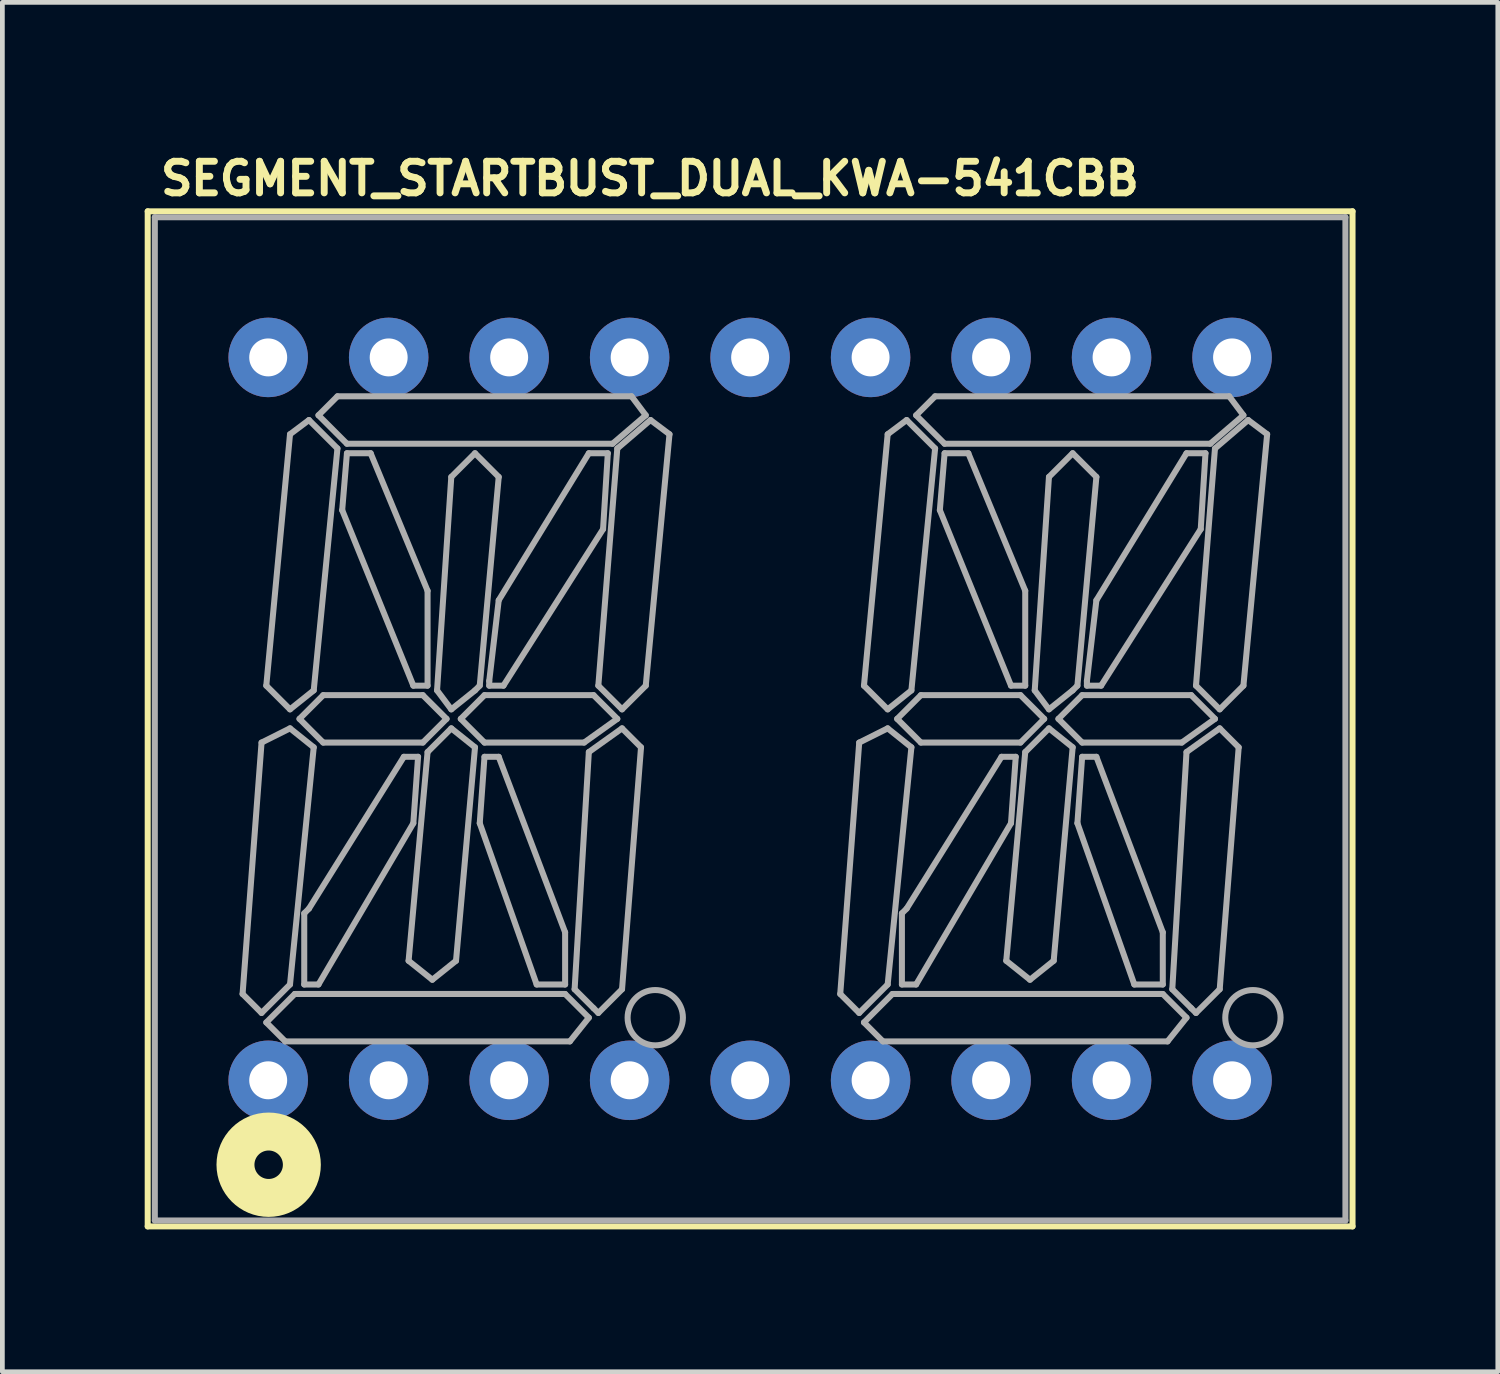
<source format=kicad_pcb>
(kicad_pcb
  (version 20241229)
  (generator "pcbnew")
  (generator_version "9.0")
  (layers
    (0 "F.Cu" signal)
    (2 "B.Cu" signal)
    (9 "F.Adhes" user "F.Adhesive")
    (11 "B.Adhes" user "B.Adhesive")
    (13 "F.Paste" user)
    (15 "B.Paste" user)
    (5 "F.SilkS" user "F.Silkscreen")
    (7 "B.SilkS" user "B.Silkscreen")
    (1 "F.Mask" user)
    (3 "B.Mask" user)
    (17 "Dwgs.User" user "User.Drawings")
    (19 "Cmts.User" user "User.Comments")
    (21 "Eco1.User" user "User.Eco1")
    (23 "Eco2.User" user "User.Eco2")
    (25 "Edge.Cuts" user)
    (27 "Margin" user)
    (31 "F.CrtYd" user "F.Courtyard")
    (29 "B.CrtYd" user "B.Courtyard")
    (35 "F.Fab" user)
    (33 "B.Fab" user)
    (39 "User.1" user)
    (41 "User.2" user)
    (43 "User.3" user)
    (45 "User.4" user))
  (footprint "SEGMENT_STARTBUST_DUAL_KWA-541CBB"
    (layer "F.Cu")
    (at 12.764 12.105)
    (property "Reference" "SEGMENT_STARTBUST_DUAL_KWA-541CBB" (at -12.5 -11 0) (layer "F.SilkS") (effects (font (size 0.666 0.666) (thickness 0.146)) (justify left bottom)))
    (fp_line (start -12.7 -10.7) (end 12.7 -10.7) (stroke (width 0.127) (type solid)) (layer "F.SilkS"))
    (fp_line (start -12.7 10.7) (end -12.7 -10.7) (stroke (width 0.127) (type solid)) (layer "F.SilkS"))
    (fp_line (start 12.7 -10.7) (end 12.7 10.7) (stroke (width 0.127) (type solid)) (layer "F.SilkS"))
    (fp_line (start 12.7 10.7) (end -12.7 10.7) (stroke (width 0.127) (type solid)) (layer "F.SilkS"))
    (fp_circle (center -10.15 9.4) (end -9.85 9.4) (stroke (width 0.8) (type solid)) (fill no) (layer "F.SilkS"))
    (fp_line (start -12.55 -10.575) (end 12.55 -10.575) (stroke (width 0.127) (type solid)) (layer "F.Fab"))
    (fp_line (start -12.55 10.575) (end -12.55 -10.575) (stroke (width 0.127) (type solid)) (layer "F.Fab"))
    (fp_line (start -10.7 5.8) (end -10.3 0.5) (stroke (width 0.127) (type solid)) (layer "F.Fab"))
    (fp_line (start -10.3 0.5) (end -9.7 0.2) (stroke (width 0.127) (type solid)) (layer "F.Fab"))
    (fp_line (start -10.3 6.2) (end -10.7 5.8) (stroke (width 0.127) (type solid)) (layer "F.Fab"))
    (fp_line (start -10.2 -0.7) (end -9.7 -0.2) (stroke (width 0.127) (type solid)) (layer "F.Fab"))
    (fp_line (start -10.2 6.4) (end -9.6 5.8) (stroke (width 0.127) (type solid)) (layer "F.Fab"))
    (fp_line (start -9.8 6.8) (end -10.2 6.4) (stroke (width 0.127) (type solid)) (layer "F.Fab"))
    (fp_line (start -9.7 -6) (end -10.2 -0.7) (stroke (width 0.127) (type solid)) (layer "F.Fab"))
    (fp_line (start -9.7 -0.2) (end -9.2 -0.6) (stroke (width 0.127) (type solid)) (layer "F.Fab"))
    (fp_line (start -9.7 0.2) (end -9.2 0.6) (stroke (width 0.127) (type solid)) (layer "F.Fab"))
    (fp_line (start -9.7 5.6) (end -10.3 6.2) (stroke (width 0.127) (type solid)) (layer "F.Fab"))
    (fp_line (start -9.6 5.8) (end -3.9 5.8) (stroke (width 0.127) (type solid)) (layer "F.Fab"))
    (fp_line (start -9.5 0) (end -9 -0.5) (stroke (width 0.127) (type solid)) (layer "F.Fab"))
    (fp_line (start -9.4 4.1) (end -9.4 5.6) (stroke (width 0.127) (type solid)) (layer "F.Fab"))
    (fp_line (start -9.4 5.6) (end -9.1 5.6) (stroke (width 0.127) (type solid)) (layer "F.Fab"))
    (fp_line (start -9.3 -6.3) (end -9.7 -6) (stroke (width 0.127) (type solid)) (layer "F.Fab"))
    (fp_line (start -9.3 4) (end -9.4 4.1) (stroke (width 0.127) (type solid)) (layer "F.Fab"))
    (fp_line (start -9.2 -0.6) (end -8.7 -5.7) (stroke (width 0.127) (type solid)) (layer "F.Fab"))
    (fp_line (start -9.2 0.6) (end -9.7 5.6) (stroke (width 0.127) (type solid)) (layer "F.Fab"))
    (fp_line (start -9.1 -6.4) (end -8.7 -6.8) (stroke (width 0.127) (type solid)) (layer "F.Fab"))
    (fp_line (start -9.1 5.6) (end -7.1 2.2) (stroke (width 0.127) (type solid)) (layer "F.Fab"))
    (fp_line (start -9 -0.5) (end -6.9 -0.5) (stroke (width 0.127) (type solid)) (layer "F.Fab"))
    (fp_line (start -9 0.5) (end -9.5 0) (stroke (width 0.127) (type solid)) (layer "F.Fab"))
    (fp_line (start -8.7 -6.8) (end -2.5 -6.8) (stroke (width 0.127) (type solid)) (layer "F.Fab"))
    (fp_line (start -8.7 -5.7) (end -9.3 -6.3) (stroke (width 0.127) (type solid)) (layer "F.Fab"))
    (fp_line (start -8.6 -4.4) (end -7.1 -0.7) (stroke (width 0.127) (type solid)) (layer "F.Fab"))
    (fp_line (start -8.5 -5.8) (end -9.1 -6.4) (stroke (width 0.127) (type solid)) (layer "F.Fab"))
    (fp_line (start -8.5 -5.6) (end -8.6 -4.4) (stroke (width 0.127) (type solid)) (layer "F.Fab"))
    (fp_line (start -8 -5.6) (end -8.5 -5.6) (stroke (width 0.127) (type solid)) (layer "F.Fab"))
    (fp_line (start -7.3 0.8) (end -9.3 4) (stroke (width 0.127) (type solid)) (layer "F.Fab"))
    (fp_line (start -7.2 5.1) (end -6.7 5.5) (stroke (width 0.127) (type solid)) (layer "F.Fab"))
    (fp_line (start -7.1 -0.7) (end -6.8 -0.7) (stroke (width 0.127) (type solid)) (layer "F.Fab"))
    (fp_line (start -7.1 2.2) (end -7 0.8) (stroke (width 0.127) (type solid)) (layer "F.Fab"))
    (fp_line (start -7 0.8) (end -7.3 0.8) (stroke (width 0.127) (type solid)) (layer "F.Fab"))
    (fp_line (start -6.9 -0.5) (end -6.4 0) (stroke (width 0.127) (type solid)) (layer "F.Fab"))
    (fp_line (start -6.9 0.5) (end -9 0.5) (stroke (width 0.127) (type solid)) (layer "F.Fab"))
    (fp_line (start -6.8 -2.7) (end -8 -5.6) (stroke (width 0.127) (type solid)) (layer "F.Fab"))
    (fp_line (start -6.8 -0.7) (end -6.8 -2.7) (stroke (width 0.127) (type solid)) (layer "F.Fab"))
    (fp_line (start -6.8 0.7) (end -7.2 5.1) (stroke (width 0.127) (type solid)) (layer "F.Fab"))
    (fp_line (start -6.7 5.5) (end -6.2 5.1) (stroke (width 0.127) (type solid)) (layer "F.Fab"))
    (fp_line (start -6.6 -0.6) (end -6.3 -0.2) (stroke (width 0.127) (type solid)) (layer "F.Fab"))
    (fp_line (start -6.4 0) (end -6.9 0.5) (stroke (width 0.127) (type solid)) (layer "F.Fab"))
    (fp_line (start -6.3 -5.1) (end -6.6 -0.6) (stroke (width 0.127) (type solid)) (layer "F.Fab"))
    (fp_line (start -6.3 -0.2) (end -5.8 -0.6) (stroke (width 0.127) (type solid)) (layer "F.Fab"))
    (fp_line (start -6.3 0.2) (end -6.8 0.7) (stroke (width 0.127) (type solid)) (layer "F.Fab"))
    (fp_line (start -6.2 5.1) (end -5.8 0.6) (stroke (width 0.127) (type solid)) (layer "F.Fab"))
    (fp_line (start -6.1 0) (end -5.6 -0.5) (stroke (width 0.127) (type solid)) (layer "F.Fab"))
    (fp_line (start -5.8 -5.6) (end -6.3 -5.1) (stroke (width 0.127) (type solid)) (layer "F.Fab"))
    (fp_line (start -5.8 -0.6) (end -5.7 -0.7) (stroke (width 0.127) (type solid)) (layer "F.Fab"))
    (fp_line (start -5.8 0.6) (end -6.3 0.2) (stroke (width 0.127) (type solid)) (layer "F.Fab"))
    (fp_line (start -5.7 -0.7) (end -5.3 -5.1) (stroke (width 0.127) (type solid)) (layer "F.Fab"))
    (fp_line (start -5.7 2.2) (end -4.5 5.6) (stroke (width 0.127) (type solid)) (layer "F.Fab"))
    (fp_line (start -5.6 -0.5) (end -3.3 -0.5) (stroke (width 0.127) (type solid)) (layer "F.Fab"))
    (fp_line (start -5.6 0.5) (end -6.1 0) (stroke (width 0.127) (type solid)) (layer "F.Fab"))
    (fp_line (start -5.6 0.8) (end -5.7 2.2) (stroke (width 0.127) (type solid)) (layer "F.Fab"))
    (fp_line (start -5.5 -0.8) (end -5.3 -2.5) (stroke (width 0.127) (type solid)) (layer "F.Fab"))
    (fp_line (start -5.5 -0.7) (end -5.5 -0.8) (stroke (width 0.127) (type solid)) (layer "F.Fab"))
    (fp_line (start -5.3 -5.1) (end -5.8 -5.6) (stroke (width 0.127) (type solid)) (layer "F.Fab"))
    (fp_line (start -5.3 -2.5) (end -3.4 -5.6) (stroke (width 0.127) (type solid)) (layer "F.Fab"))
    (fp_line (start -5.3 0.8) (end -5.6 0.8) (stroke (width 0.127) (type solid)) (layer "F.Fab"))
    (fp_line (start -5.2 -0.7) (end -5.5 -0.7) (stroke (width 0.127) (type solid)) (layer "F.Fab"))
    (fp_line (start -4.5 5.6) (end -3.9 5.6) (stroke (width 0.127) (type solid)) (layer "F.Fab"))
    (fp_line (start -3.9 4.5) (end -5.3 0.8) (stroke (width 0.127) (type solid)) (layer "F.Fab"))
    (fp_line (start -3.9 5.6) (end -3.9 4.5) (stroke (width 0.127) (type solid)) (layer "F.Fab"))
    (fp_line (start -3.9 5.8) (end -3.4 6.3) (stroke (width 0.127) (type solid)) (layer "F.Fab"))
    (fp_line (start -3.8 6.8) (end -9.8 6.8) (stroke (width 0.127) (type solid)) (layer "F.Fab"))
    (fp_line (start -3.7 5.7) (end -3.3 6.1) (stroke (width 0.127) (type solid)) (layer "F.Fab"))
    (fp_line (start -3.5 0.5) (end -5.6 0.5) (stroke (width 0.127) (type solid)) (layer "F.Fab"))
    (fp_line (start -3.4 -5.6) (end -3 -5.6) (stroke (width 0.127) (type solid)) (layer "F.Fab"))
    (fp_line (start -3.4 0.7) (end -3.7 5.7) (stroke (width 0.127) (type solid)) (layer "F.Fab"))
    (fp_line (start -3.4 6.3) (end -3.8 6.8) (stroke (width 0.127) (type solid)) (layer "F.Fab"))
    (fp_line (start -3.3 -0.5) (end -2.8 0) (stroke (width 0.127) (type solid)) (layer "F.Fab"))
    (fp_line (start -3.3 6.1) (end -3.2 6.2) (stroke (width 0.127) (type solid)) (layer "F.Fab"))
    (fp_line (start -3.2 -0.7) (end -2.8 -5.7) (stroke (width 0.127) (type solid)) (layer "F.Fab"))
    (fp_line (start -3.2 6.2) (end -2.7 5.7) (stroke (width 0.127) (type solid)) (layer "F.Fab"))
    (fp_line (start -3.1 -4) (end -5.2 -0.7) (stroke (width 0.127) (type solid)) (layer "F.Fab"))
    (fp_line (start -3 -5.6) (end -3.1 -4) (stroke (width 0.127) (type solid)) (layer "F.Fab"))
    (fp_line (start -2.9 -5.8) (end -8.5 -5.8) (stroke (width 0.127) (type solid)) (layer "F.Fab"))
    (fp_line (start -2.8 -5.7) (end -2.1 -6.3) (stroke (width 0.127) (type solid)) (layer "F.Fab"))
    (fp_line (start -2.8 0) (end -3.5 0.5) (stroke (width 0.127) (type solid)) (layer "F.Fab"))
    (fp_line (start -2.7 -0.2) (end -3.2 -0.7) (stroke (width 0.127) (type solid)) (layer "F.Fab"))
    (fp_line (start -2.7 0.2) (end -3.4 0.7) (stroke (width 0.127) (type solid)) (layer "F.Fab"))
    (fp_line (start -2.7 5.7) (end -2.3 0.6) (stroke (width 0.127) (type solid)) (layer "F.Fab"))
    (fp_line (start -2.5 -6.8) (end -2.2 -6.4) (stroke (width 0.127) (type solid)) (layer "F.Fab"))
    (fp_line (start -2.3 0.6) (end -2.7 0.2) (stroke (width 0.127) (type solid)) (layer "F.Fab"))
    (fp_line (start -2.2 -6.4) (end -2.9 -5.8) (stroke (width 0.127) (type solid)) (layer "F.Fab"))
    (fp_line (start -2.2 -0.7) (end -2.7 -0.2) (stroke (width 0.127) (type solid)) (layer "F.Fab"))
    (fp_line (start -2.1 -6.3) (end -1.7 -6) (stroke (width 0.127) (type solid)) (layer "F.Fab"))
    (fp_line (start -1.7 -6) (end -2.2 -0.7) (stroke (width 0.127) (type solid)) (layer "F.Fab"))
    (fp_line (start 1.9 5.8) (end 2.3 0.5) (stroke (width 0.127) (type solid)) (layer "F.Fab"))
    (fp_line (start 2.3 0.5) (end 2.9 0.2) (stroke (width 0.127) (type solid)) (layer "F.Fab"))
    (fp_line (start 2.3 6.2) (end 1.9 5.8) (stroke (width 0.127) (type solid)) (layer "F.Fab"))
    (fp_line (start 2.4 -0.7) (end 2.9 -0.2) (stroke (width 0.127) (type solid)) (layer "F.Fab"))
    (fp_line (start 2.4 6.4) (end 3 5.8) (stroke (width 0.127) (type solid)) (layer "F.Fab"))
    (fp_line (start 2.8 6.8) (end 2.4 6.4) (stroke (width 0.127) (type solid)) (layer "F.Fab"))
    (fp_line (start 2.9 -6) (end 2.4 -0.7) (stroke (width 0.127) (type solid)) (layer "F.Fab"))
    (fp_line (start 2.9 -0.2) (end 3.4 -0.6) (stroke (width 0.127) (type solid)) (layer "F.Fab"))
    (fp_line (start 2.9 0.2) (end 3.4 0.6) (stroke (width 0.127) (type solid)) (layer "F.Fab"))
    (fp_line (start 2.9 5.6) (end 2.3 6.2) (stroke (width 0.127) (type solid)) (layer "F.Fab"))
    (fp_line (start 3 5.8) (end 8.7 5.8) (stroke (width 0.127) (type solid)) (layer "F.Fab"))
    (fp_line (start 3.1 0) (end 3.6 -0.5) (stroke (width 0.127) (type solid)) (layer "F.Fab"))
    (fp_line (start 3.2 4.1) (end 3.2 5.6) (stroke (width 0.127) (type solid)) (layer "F.Fab"))
    (fp_line (start 3.2 5.6) (end 3.5 5.6) (stroke (width 0.127) (type solid)) (layer "F.Fab"))
    (fp_line (start 3.3 -6.3) (end 2.9 -6) (stroke (width 0.127) (type solid)) (layer "F.Fab"))
    (fp_line (start 3.3 4) (end 3.2 4.1) (stroke (width 0.127) (type solid)) (layer "F.Fab"))
    (fp_line (start 3.4 -0.6) (end 3.9 -5.7) (stroke (width 0.127) (type solid)) (layer "F.Fab"))
    (fp_line (start 3.4 0.6) (end 2.9 5.6) (stroke (width 0.127) (type solid)) (layer "F.Fab"))
    (fp_line (start 3.5 -6.4) (end 3.9 -6.8) (stroke (width 0.127) (type solid)) (layer "F.Fab"))
    (fp_line (start 3.5 5.6) (end 5.5 2.2) (stroke (width 0.127) (type solid)) (layer "F.Fab"))
    (fp_line (start 3.6 -0.5) (end 5.7 -0.5) (stroke (width 0.127) (type solid)) (layer "F.Fab"))
    (fp_line (start 3.6 0.5) (end 3.1 0) (stroke (width 0.127) (type solid)) (layer "F.Fab"))
    (fp_line (start 3.9 -6.8) (end 10.1 -6.8) (stroke (width 0.127) (type solid)) (layer "F.Fab"))
    (fp_line (start 3.9 -5.7) (end 3.3 -6.3) (stroke (width 0.127) (type solid)) (layer "F.Fab"))
    (fp_line (start 4 -4.4) (end 5.5 -0.7) (stroke (width 0.127) (type solid)) (layer "F.Fab"))
    (fp_line (start 4.1 -5.8) (end 3.5 -6.4) (stroke (width 0.127) (type solid)) (layer "F.Fab"))
    (fp_line (start 4.1 -5.6) (end 4 -4.4) (stroke (width 0.127) (type solid)) (layer "F.Fab"))
    (fp_line (start 4.6 -5.6) (end 4.1 -5.6) (stroke (width 0.127) (type solid)) (layer "F.Fab"))
    (fp_line (start 5.3 0.8) (end 3.3 4) (stroke (width 0.127) (type solid)) (layer "F.Fab"))
    (fp_line (start 5.4 5.1) (end 5.9 5.5) (stroke (width 0.127) (type solid)) (layer "F.Fab"))
    (fp_line (start 5.5 -0.7) (end 5.8 -0.7) (stroke (width 0.127) (type solid)) (layer "F.Fab"))
    (fp_line (start 5.5 2.2) (end 5.6 0.8) (stroke (width 0.127) (type solid)) (layer "F.Fab"))
    (fp_line (start 5.6 0.8) (end 5.3 0.8) (stroke (width 0.127) (type solid)) (layer "F.Fab"))
    (fp_line (start 5.7 -0.5) (end 6.2 0) (stroke (width 0.127) (type solid)) (layer "F.Fab"))
    (fp_line (start 5.7 0.5) (end 3.6 0.5) (stroke (width 0.127) (type solid)) (layer "F.Fab"))
    (fp_line (start 5.8 -2.7) (end 4.6 -5.6) (stroke (width 0.127) (type solid)) (layer "F.Fab"))
    (fp_line (start 5.8 -0.7) (end 5.8 -2.7) (stroke (width 0.127) (type solid)) (layer "F.Fab"))
    (fp_line (start 5.8 0.7) (end 5.4 5.1) (stroke (width 0.127) (type solid)) (layer "F.Fab"))
    (fp_line (start 5.9 5.5) (end 6.4 5.1) (stroke (width 0.127) (type solid)) (layer "F.Fab"))
    (fp_line (start 6 -0.6) (end 6.3 -0.2) (stroke (width 0.127) (type solid)) (layer "F.Fab"))
    (fp_line (start 6.2 0) (end 5.7 0.5) (stroke (width 0.127) (type solid)) (layer "F.Fab"))
    (fp_line (start 6.3 -5.1) (end 6 -0.6) (stroke (width 0.127) (type solid)) (layer "F.Fab"))
    (fp_line (start 6.3 -0.2) (end 6.8 -0.6) (stroke (width 0.127) (type solid)) (layer "F.Fab"))
    (fp_line (start 6.3 0.2) (end 5.8 0.7) (stroke (width 0.127) (type solid)) (layer "F.Fab"))
    (fp_line (start 6.4 5.1) (end 6.8 0.6) (stroke (width 0.127) (type solid)) (layer "F.Fab"))
    (fp_line (start 6.5 0) (end 7 -0.5) (stroke (width 0.127) (type solid)) (layer "F.Fab"))
    (fp_line (start 6.8 -5.6) (end 6.3 -5.1) (stroke (width 0.127) (type solid)) (layer "F.Fab"))
    (fp_line (start 6.8 -0.6) (end 6.9 -0.7) (stroke (width 0.127) (type solid)) (layer "F.Fab"))
    (fp_line (start 6.8 0.6) (end 6.3 0.2) (stroke (width 0.127) (type solid)) (layer "F.Fab"))
    (fp_line (start 6.9 -0.7) (end 7.3 -5.1) (stroke (width 0.127) (type solid)) (layer "F.Fab"))
    (fp_line (start 6.9 2.2) (end 8.1 5.6) (stroke (width 0.127) (type solid)) (layer "F.Fab"))
    (fp_line (start 7 -0.5) (end 9.3 -0.5) (stroke (width 0.127) (type solid)) (layer "F.Fab"))
    (fp_line (start 7 0.5) (end 6.5 0) (stroke (width 0.127) (type solid)) (layer "F.Fab"))
    (fp_line (start 7 0.8) (end 6.9 2.2) (stroke (width 0.127) (type solid)) (layer "F.Fab"))
    (fp_line (start 7.1 -0.8) (end 7.3 -2.5) (stroke (width 0.127) (type solid)) (layer "F.Fab"))
    (fp_line (start 7.1 -0.7) (end 7.1 -0.8) (stroke (width 0.127) (type solid)) (layer "F.Fab"))
    (fp_line (start 7.3 -5.1) (end 6.8 -5.6) (stroke (width 0.127) (type solid)) (layer "F.Fab"))
    (fp_line (start 7.3 -2.5) (end 9.2 -5.6) (stroke (width 0.127) (type solid)) (layer "F.Fab"))
    (fp_line (start 7.3 0.8) (end 7 0.8) (stroke (width 0.127) (type solid)) (layer "F.Fab"))
    (fp_line (start 7.4 -0.7) (end 7.1 -0.7) (stroke (width 0.127) (type solid)) (layer "F.Fab"))
    (fp_line (start 8.1 5.6) (end 8.7 5.6) (stroke (width 0.127) (type solid)) (layer "F.Fab"))
    (fp_line (start 8.7 4.5) (end 7.3 0.8) (stroke (width 0.127) (type solid)) (layer "F.Fab"))
    (fp_line (start 8.7 5.6) (end 8.7 4.5) (stroke (width 0.127) (type solid)) (layer "F.Fab"))
    (fp_line (start 8.7 5.8) (end 9.2 6.3) (stroke (width 0.127) (type solid)) (layer "F.Fab"))
    (fp_line (start 8.8 6.8) (end 2.8 6.8) (stroke (width 0.127) (type solid)) (layer "F.Fab"))
    (fp_line (start 8.9 5.7) (end 9.3 6.1) (stroke (width 0.127) (type solid)) (layer "F.Fab"))
    (fp_line (start 9.1 0.5) (end 7 0.5) (stroke (width 0.127) (type solid)) (layer "F.Fab"))
    (fp_line (start 9.2 -5.6) (end 9.6 -5.6) (stroke (width 0.127) (type solid)) (layer "F.Fab"))
    (fp_line (start 9.2 0.7) (end 8.9 5.7) (stroke (width 0.127) (type solid)) (layer "F.Fab"))
    (fp_line (start 9.2 6.3) (end 8.8 6.8) (stroke (width 0.127) (type solid)) (layer "F.Fab"))
    (fp_line (start 9.3 -0.5) (end 9.8 0) (stroke (width 0.127) (type solid)) (layer "F.Fab"))
    (fp_line (start 9.3 6.1) (end 9.4 6.2) (stroke (width 0.127) (type solid)) (layer "F.Fab"))
    (fp_line (start 9.4 -0.7) (end 9.8 -5.7) (stroke (width 0.127) (type solid)) (layer "F.Fab"))
    (fp_line (start 9.4 6.2) (end 9.9 5.7) (stroke (width 0.127) (type solid)) (layer "F.Fab"))
    (fp_line (start 9.5 -4) (end 7.4 -0.7) (stroke (width 0.127) (type solid)) (layer "F.Fab"))
    (fp_line (start 9.6 -5.6) (end 9.5 -4) (stroke (width 0.127) (type solid)) (layer "F.Fab"))
    (fp_line (start 9.7 -5.8) (end 4.1 -5.8) (stroke (width 0.127) (type solid)) (layer "F.Fab"))
    (fp_line (start 9.8 -5.7) (end 10.5 -6.3) (stroke (width 0.127) (type solid)) (layer "F.Fab"))
    (fp_line (start 9.8 0) (end 9.1 0.5) (stroke (width 0.127) (type solid)) (layer "F.Fab"))
    (fp_line (start 9.9 -0.2) (end 9.4 -0.7) (stroke (width 0.127) (type solid)) (layer "F.Fab"))
    (fp_line (start 9.9 0.2) (end 9.2 0.7) (stroke (width 0.127) (type solid)) (layer "F.Fab"))
    (fp_line (start 9.9 5.7) (end 10.3 0.6) (stroke (width 0.127) (type solid)) (layer "F.Fab"))
    (fp_line (start 10.1 -6.8) (end 10.4 -6.4) (stroke (width 0.127) (type solid)) (layer "F.Fab"))
    (fp_line (start 10.3 0.6) (end 9.9 0.2) (stroke (width 0.127) (type solid)) (layer "F.Fab"))
    (fp_line (start 10.4 -6.4) (end 9.7 -5.8) (stroke (width 0.127) (type solid)) (layer "F.Fab"))
    (fp_line (start 10.4 -0.7) (end 9.9 -0.2) (stroke (width 0.127) (type solid)) (layer "F.Fab"))
    (fp_line (start 10.5 -6.3) (end 10.9 -6) (stroke (width 0.127) (type solid)) (layer "F.Fab"))
    (fp_line (start 10.9 -6) (end 10.4 -0.7) (stroke (width 0.127) (type solid)) (layer "F.Fab"))
    (fp_line (start 12.55 -10.575) (end 12.55 10.575) (stroke (width 0.127) (type solid)) (layer "F.Fab"))
    (fp_line (start 12.55 10.575) (end -12.55 10.575) (stroke (width 0.127) (type solid)) (layer "F.Fab"))
    (fp_circle (center -2 6.3) (end -1.417 6.3) (stroke (width 0.127) (type solid)) (fill no) (layer "F.Fab"))
    (fp_circle (center 10.6 6.3) (end 11.183 6.3) (stroke (width 0.127) (type solid)) (fill no) (layer "F.Fab"))
    (pad "1" thru_hole circle (at -10.16 7.62) (size 1.676 1.676) (drill 0.8) (layers "*.Cu" "*.Mask"))
    (pad "2" thru_hole circle (at -7.62 7.62) (size 1.676 1.676) (drill 0.8) (layers "*.Cu" "*.Mask"))
    (pad "3" thru_hole circle (at -5.08 7.62) (size 1.676 1.676) (drill 0.8) (layers "*.Cu" "*.Mask"))
    (pad "4" thru_hole circle (at -2.54 7.62) (size 1.676 1.676) (drill 0.8) (layers "*.Cu" "*.Mask"))
    (pad "5" thru_hole circle (at 0 7.62) (size 1.676 1.676) (drill 0.8) (layers "*.Cu" "*.Mask"))
    (pad "6" thru_hole circle (at 2.54 7.62) (size 1.676 1.676) (drill 0.8) (layers "*.Cu" "*.Mask"))
    (pad "7" thru_hole circle (at 5.08 7.62) (size 1.676 1.676) (drill 0.8) (layers "*.Cu" "*.Mask"))
    (pad "8" thru_hole circle (at 7.62 7.62) (size 1.676 1.676) (drill 0.8) (layers "*.Cu" "*.Mask"))
    (pad "9" thru_hole circle (at 10.16 7.62) (size 1.676 1.676) (drill 0.8) (layers "*.Cu" "*.Mask"))
    (pad "10" thru_hole circle (at 10.16 -7.62) (size 1.676 1.676) (drill 0.8) (layers "*.Cu" "*.Mask"))
    (pad "11" thru_hole circle (at 7.62 -7.62) (size 1.676 1.676) (drill 0.8) (layers "*.Cu" "*.Mask"))
    (pad "12" thru_hole circle (at 5.08 -7.62) (size 1.676 1.676) (drill 0.8) (layers "*.Cu" "*.Mask"))
    (pad "13" thru_hole circle (at 2.54 -7.62) (size 1.676 1.676) (drill 0.8) (layers "*.Cu" "*.Mask"))
    (pad "14" thru_hole circle (at 0 -7.62) (size 1.676 1.676) (drill 0.8) (layers "*.Cu" "*.Mask"))
    (pad "15" thru_hole circle (at -2.54 -7.62) (size 1.676 1.676) (drill 0.8) (layers "*.Cu" "*.Mask"))
    (pad "16" thru_hole circle (at -5.08 -7.62) (size 1.676 1.676) (drill 0.8) (layers "*.Cu" "*.Mask"))
    (pad "17" thru_hole circle (at -7.62 -7.62) (size 1.676 1.676) (drill 0.8) (layers "*.Cu" "*.Mask"))
    (pad "18" thru_hole circle (at -10.16 -7.62) (size 1.676 1.676) (drill 0.8) (layers "*.Cu" "*.Mask")))
  (gr_rect
    (start -3 -3)
    (end 28.527 25.869)
    (stroke (width 0.1) (type default))
    (fill no)
    (layer "Edge.Cuts")))
</source>
